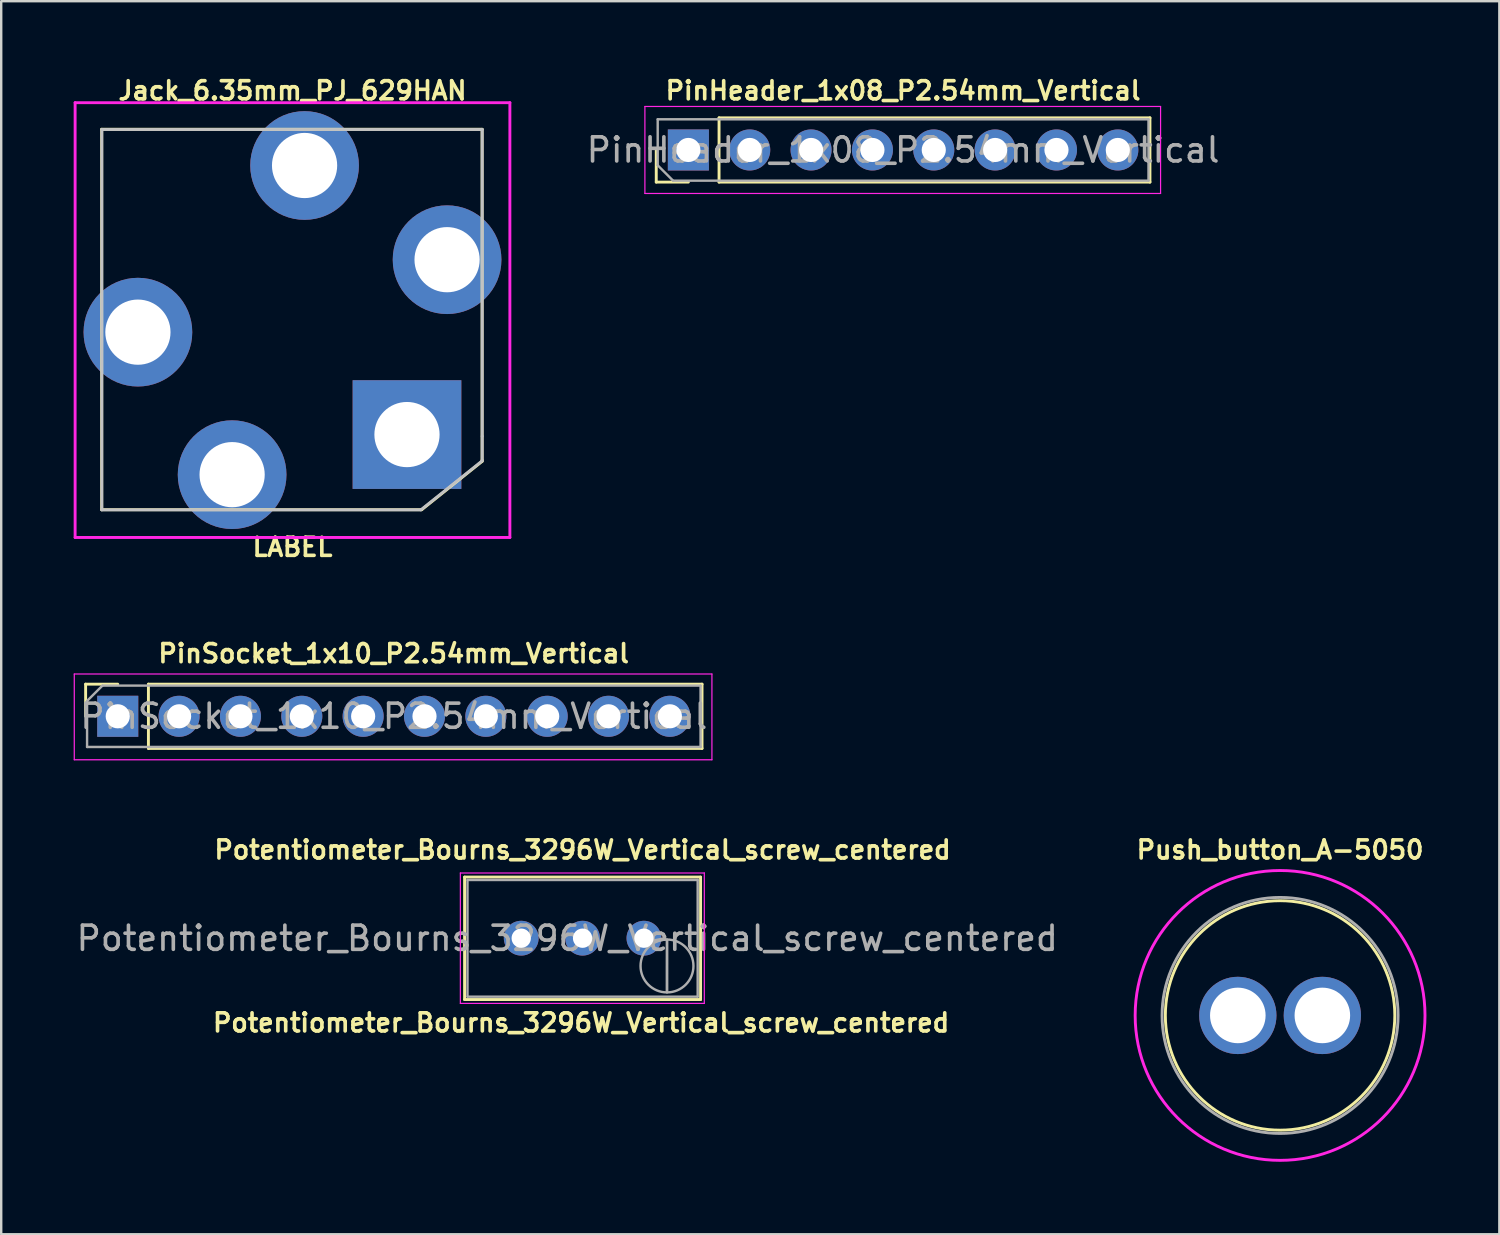
<source format=kicad_pcb>
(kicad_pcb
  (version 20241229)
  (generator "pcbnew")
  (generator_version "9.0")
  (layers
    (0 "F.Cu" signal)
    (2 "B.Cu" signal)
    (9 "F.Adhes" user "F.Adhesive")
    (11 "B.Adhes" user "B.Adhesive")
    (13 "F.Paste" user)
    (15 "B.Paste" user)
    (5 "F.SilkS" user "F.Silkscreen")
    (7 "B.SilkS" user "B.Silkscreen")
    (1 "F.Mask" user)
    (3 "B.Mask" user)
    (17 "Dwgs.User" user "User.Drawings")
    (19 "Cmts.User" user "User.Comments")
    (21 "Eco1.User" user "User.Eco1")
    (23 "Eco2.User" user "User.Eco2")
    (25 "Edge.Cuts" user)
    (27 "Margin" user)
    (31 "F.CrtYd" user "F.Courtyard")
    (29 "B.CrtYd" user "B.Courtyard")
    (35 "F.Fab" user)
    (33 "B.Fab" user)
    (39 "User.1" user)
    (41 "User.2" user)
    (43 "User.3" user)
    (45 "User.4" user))
  (footprint "PinHeader_1x08_P2.54mm_Vertical"
    (layer "F.Cu")
    (at 34.34 3.032)
    (property "Reference" "PinHeader_1x08_P2.54mm_Vertical" (at 0 -2.33 0) (layer "F.SilkS") (effects (font (size 0.75 0.75) (thickness 0.15))))
    (attr through_hole)
    (fp_line (start -10.22 1.457) (end -10.22 0.127) (stroke (width 0.12) (type solid)) (layer "F.SilkS"))
    (fp_line (start -8.89 1.457) (end -10.22 1.457) (stroke (width 0.12) (type solid)) (layer "F.SilkS"))
    (fp_line (start -7.62 -1.203) (end 10.22 -1.203) (stroke (width 0.12) (type solid)) (layer "F.SilkS"))
    (fp_line (start -7.62 1.457) (end -7.62 -1.203) (stroke (width 0.12) (type solid)) (layer "F.SilkS"))
    (fp_line (start -7.62 1.457) (end 10.22 1.457) (stroke (width 0.12) (type solid)) (layer "F.SilkS"))
    (fp_line (start 10.22 1.457) (end 10.22 -1.203) (stroke (width 0.12) (type solid)) (layer "F.SilkS"))
    (fp_line (start -10.69 -1.673) (end -10.69 1.927) (stroke (width 0.05) (type solid)) (layer "F.CrtYd"))
    (fp_line (start -10.69 1.927) (end 10.66 1.927) (stroke (width 0.05) (type solid)) (layer "F.CrtYd"))
    (fp_line (start 10.66 -1.673) (end -10.69 -1.673) (stroke (width 0.05) (type solid)) (layer "F.CrtYd"))
    (fp_line (start 10.66 1.927) (end 10.66 -1.673) (stroke (width 0.05) (type solid)) (layer "F.CrtYd"))
    (fp_line (start -10.16 -1.143) (end 10.16 -1.143) (stroke (width 0.1) (type solid)) (layer "F.Fab"))
    (fp_line (start -10.16 0.762) (end -10.16 -1.143) (stroke (width 0.1) (type solid)) (layer "F.Fab"))
    (fp_line (start -9.525 1.397) (end -10.16 0.762) (stroke (width 0.1) (type solid)) (layer "F.Fab"))
    (fp_line (start 10.16 -1.143) (end 10.16 1.397) (stroke (width 0.1) (type solid)) (layer "F.Fab"))
    (fp_line (start 10.16 1.397) (end -9.525 1.397) (stroke (width 0.1) (type solid)) (layer "F.Fab"))
    (fp_text user "${REFERENCE}" (at 0 0.127 180) (layer "F.Fab") (effects (font (size 1 1) (thickness 0.15))))
    (pad "1" thru_hole rect (at -8.89 0.127 90) (size 1.7 1.7) (drill 1) (layers "*.Cu" "*.Mask"))
    (pad "2" thru_hole oval (at -6.35 0.127 90) (size 1.7 1.7) (drill 1) (layers "*.Cu" "*.Mask"))
    (pad "3" thru_hole oval (at -3.81 0.127 90) (size 1.7 1.7) (drill 1) (layers "*.Cu" "*.Mask"))
    (pad "4" thru_hole oval (at -1.27 0.127 90) (size 1.7 1.7) (drill 1) (layers "*.Cu" "*.Mask"))
    (pad "5" thru_hole oval (at 1.27 0.127 90) (size 1.7 1.7) (drill 1) (layers "*.Cu" "*.Mask"))
    (pad "6" thru_hole oval (at 3.81 0.127 90) (size 1.7 1.7) (drill 1) (layers "*.Cu" "*.Mask"))
    (pad "7" thru_hole oval (at 6.35 0.127 90) (size 1.7 1.7) (drill 1) (layers "*.Cu" "*.Mask"))
    (pad "8" thru_hole oval (at 8.89 0.127 90) (size 1.7 1.7) (drill 1) (layers "*.Cu" "*.Mask")))
  (footprint "Potentiometer_Bourns_3296W_Vertical_screw_centered"
    (layer "F.Cu")
    (at 24.57 36.943)
    (property "Reference" "Potentiometer_Bourns_3296W_Vertical_screw_centered" (at -3.5 -4.81 0) (layer "F.SilkS") (effects (font (size 0.75 0.75) (thickness 0.15))))
    (property "Value" "Potentiometer_Bourns_3296W_Vertical_screw_centered" (at -3.5 2.52 0) (layer "F.Fab") (hide yes) (effects (font (size 1 1) (thickness 0.15))))
    (attr through_hole)
    (fp_line (start -8.385 -3.68) (end -8.385 1.39) (stroke (width 0.12) (type solid)) (layer "F.SilkS"))
    (fp_line (start -8.385 -3.68) (end 1.385 -3.68) (stroke (width 0.12) (type solid)) (layer "F.SilkS"))
    (fp_line (start -8.385 1.39) (end 1.385 1.39) (stroke (width 0.12) (type solid)) (layer "F.SilkS"))
    (fp_line (start 1.385 -3.68) (end 1.385 1.39) (stroke (width 0.12) (type solid)) (layer "F.SilkS"))
    (fp_line (start -8.56 -3.85) (end -8.56 1.55) (stroke (width 0.05) (type solid)) (layer "F.CrtYd"))
    (fp_line (start -8.56 1.55) (end 1.54 1.55) (stroke (width 0.05) (type solid)) (layer "F.CrtYd"))
    (fp_line (start 1.54 -3.85) (end -8.56 -3.85) (stroke (width 0.05) (type solid)) (layer "F.CrtYd"))
    (fp_line (start 1.54 1.55) (end 1.54 -3.85) (stroke (width 0.05) (type solid)) (layer "F.CrtYd"))
    (fp_line (start -8.265 -3.56) (end -8.265 1.27) (stroke (width 0.1) (type solid)) (layer "F.Fab"))
    (fp_line (start -8.265 1.27) (end 1.265 1.27) (stroke (width 0.1) (type solid)) (layer "F.Fab"))
    (fp_line (start -0.005 1.085) (end -0.004 -1.084) (stroke (width 0.1) (type solid)) (layer "F.Fab"))
    (fp_line (start -0.005 1.085) (end -0.004 -1.084) (stroke (width 0.1) (type solid)) (layer "F.Fab"))
    (fp_line (start 1.265 -3.56) (end -8.265 -3.56) (stroke (width 0.1) (type solid)) (layer "F.Fab"))
    (fp_line (start 1.265 1.27) (end 1.265 -3.56) (stroke (width 0.1) (type solid)) (layer "F.Fab"))
    (fp_circle (center -0.005 0) (end 1.09 0) (stroke (width 0.1) (type solid)) (fill no) (layer "F.Fab"))
    (fp_text user "${VALUE}" (at -3.56 2.35 0) (layer "F.SilkS") (effects (font (size 0.75 0.75) (thickness 0.15))))
    (fp_text user "${REFERENCE}" (at -4.135 -1.145 0) (layer "F.Fab") (effects (font (size 1 1) (thickness 0.15))))
    (pad "1" thru_hole circle (at -0.96 -1.15) (size 1.44 1.44) (drill 0.8) (layers "*.Cu" "*.Mask"))
    (pad "2" thru_hole circle (at -3.5 -1.15) (size 1.44 1.44) (drill 0.8) (layers "*.Cu" "*.Mask"))
    (pad "3" thru_hole circle (at -6.04 -1.15) (size 1.44 1.44) (drill 0.8) (layers "*.Cu" "*.Mask")))
  (footprint "Jack_6.35mm_PJ_629HAN"
    (layer "F.Cu")
    (at 9.06 10.202)
    (property "Reference" "Jack_6.35mm_PJ_629HAN" (at 0 -9.5 0) (layer "F.SilkS") (effects (font (size 0.75 0.75) (thickness 0.15))))
    (attr through_hole)
    (fp_line (start -7.9 -7.9) (end 7.85 -7.9) (stroke (width 0.12) (type solid)) (layer "F.SilkS"))
    (fp_line (start -7.9 7.85) (end -7.9 -7.9) (stroke (width 0.12) (type solid)) (layer "F.SilkS"))
    (fp_line (start 5.35 7.85) (end -7.9 7.85) (stroke (width 0.12) (type solid)) (layer "F.SilkS"))
    (fp_line (start 7.85 -7.9) (end 7.85 5.8) (stroke (width 0.12) (type solid)) (layer "F.SilkS"))
    (fp_line (start 7.85 5.8) (end 7.85 5.85) (stroke (width 0.12) (type solid)) (layer "F.SilkS"))
    (fp_line (start 7.85 5.85) (end 5.35 7.85) (stroke (width 0.12) (type solid)) (layer "F.SilkS"))
    (fp_line (start -7.894 -7.89) (end 7.854 -7.89) (stroke (width 0.12) (type solid)) (layer "Dwgs.User"))
    (fp_line (start -7.894 7.858) (end -7.894 -7.89) (stroke (width 0.12) (type solid)) (layer "Dwgs.User"))
    (fp_line (start 5.314 7.858) (end -7.894 7.858) (stroke (width 0.12) (type solid)) (layer "Dwgs.User"))
    (fp_line (start 7.854 -7.89) (end 7.854 4.81) (stroke (width 0.12) (type solid)) (layer "Dwgs.User"))
    (fp_line (start 7.854 4.81) (end 7.854 5.826) (stroke (width 0.12) (type solid)) (layer "Dwgs.User"))
    (fp_line (start 7.854 5.826) (end 5.314 7.858) (stroke (width 0.12) (type solid)) (layer "Dwgs.User"))
    (fp_line (start -9 -9) (end 9 -9) (stroke (width 0.12) (type solid)) (layer "F.CrtYd"))
    (fp_line (start -9 9) (end -9 -9) (stroke (width 0.12) (type solid)) (layer "F.CrtYd"))
    (fp_line (start 9 -9) (end 9 9) (stroke (width 0.12) (type solid)) (layer "F.CrtYd"))
    (fp_line (start 9 9) (end -9 9) (stroke (width 0.12) (type solid)) (layer "F.CrtYd"))
    (fp_text user "LABEL" (at 0 9.4 0) (layer "F.SilkS") (effects (font (size 0.75 0.75) (thickness 0.15))))
    (pad "R" thru_hole circle (at 0.5 -6.4) (size 4.5 4.5) (drill 2.7) (layers "*.Cu" "*.Mask"))
    (pad "RN" thru_hole circle (at 6.4 -2.5) (size 4.5 4.5) (drill 2.7) (layers "*.Cu" "*.Mask"))
    (pad "S" thru_hole rect (at 4.74 4.74) (size 4.5 4.5) (drill 2.7) (layers "*.Cu" "*.Mask"))
    (pad "T" thru_hole circle (at -6.4 0.5) (size 4.5 4.5) (drill 2.7) (layers "*.Cu" "*.Mask"))
    (pad "TN" thru_hole circle (at -2.5 6.4) (size 4.5 4.5) (drill 2.7) (layers "*.Cu" "*.Mask")))
  (footprint "Push_button_A-5050"
    (layer "F.Cu")
    (at 49.948 38.991)
    (property "Reference" "Push_button_A-5050" (at 0 -6.858 0) (layer "F.SilkS") (effects (font (size 0.75 0.75) (thickness 0.15))))
    (attr through_hole)
    (fp_circle (center 0 0) (end 4.75 0) (stroke (width 0.12) (type solid)) (fill no) (layer "F.SilkS"))
    (fp_circle (center 0 0) (end 6 0) (stroke (width 0.12) (type solid)) (fill no) (layer "F.CrtYd"))
    (fp_circle (center 0 0) (end 4.318 -2.286) (stroke (width 0.12) (type solid)) (fill no) (layer "F.Fab"))
    (pad "1" thru_hole circle (at -1.75 0) (size 3.2 3.2) (drill 2.3) (layers "*.Cu" "*.Mask"))
    (pad "2" thru_hole circle (at 1.75 0) (size 3.2 3.2) (drill 2.3) (layers "*.Cu" "*.Mask")))
  (footprint "PinSocket_1x10_P2.54mm_Vertical"
    (layer "F.Cu")
    (at 13.25 26.606)
    (property "Reference" "PinSocket_1x10_P2.54mm_Vertical" (at 0 -2.6 180) (layer "F.SilkS") (effects (font (size 0.75 0.75) (thickness 0.15))))
    (attr through_hole)
    (fp_line (start -12.755 -1.33) (end -11.425 -1.33) (stroke (width 0.12) (type solid)) (layer "F.SilkS"))
    (fp_line (start -12.755 0) (end -12.755 -1.33) (stroke (width 0.12) (type solid)) (layer "F.SilkS"))
    (fp_line (start -10.155 -1.33) (end 12.765 -1.33) (stroke (width 0.12) (type solid)) (layer "F.SilkS"))
    (fp_line (start -10.155 1.33) (end -10.155 -1.33) (stroke (width 0.12) (type solid)) (layer "F.SilkS"))
    (fp_line (start -10.155 1.33) (end 12.765 1.33) (stroke (width 0.12) (type solid)) (layer "F.SilkS"))
    (fp_line (start 12.765 1.33) (end 12.765 -1.33) (stroke (width 0.12) (type solid)) (layer "F.SilkS"))
    (fp_line (start -13.225 -1.75) (end 13.175 -1.75) (stroke (width 0.05) (type solid)) (layer "F.CrtYd"))
    (fp_line (start -13.225 1.8) (end -13.225 -1.75) (stroke (width 0.05) (type solid)) (layer "F.CrtYd"))
    (fp_line (start 13.175 -1.75) (end 13.175 1.8) (stroke (width 0.05) (type solid)) (layer "F.CrtYd"))
    (fp_line (start 13.175 1.8) (end -13.225 1.8) (stroke (width 0.05) (type solid)) (layer "F.CrtYd"))
    (fp_line (start -12.695 -0.635) (end -12.06 -1.27) (stroke (width 0.1) (type solid)) (layer "F.Fab"))
    (fp_line (start -12.695 1.27) (end -12.695 -0.635) (stroke (width 0.1) (type solid)) (layer "F.Fab"))
    (fp_line (start -12.06 -1.27) (end 12.705 -1.27) (stroke (width 0.1) (type solid)) (layer "F.Fab"))
    (fp_line (start 12.705 -1.27) (end 12.705 1.27) (stroke (width 0.1) (type solid)) (layer "F.Fab"))
    (fp_line (start 12.705 1.27) (end -12.695 1.27) (stroke (width 0.1) (type solid)) (layer "F.Fab"))
    (fp_text user "${REFERENCE}" (at 0.005 0 180) (layer "F.Fab") (effects (font (size 1 1) (thickness 0.15))))
    (pad "1" thru_hole rect (at -11.425 0 90) (size 1.7 1.7) (drill 1) (layers "*.Cu" "*.Mask"))
    (pad "2" thru_hole oval (at -8.885 0 90) (size 1.7 1.7) (drill 1) (layers "*.Cu" "*.Mask"))
    (pad "3" thru_hole oval (at -6.345 0 90) (size 1.7 1.7) (drill 1) (layers "*.Cu" "*.Mask"))
    (pad "4" thru_hole oval (at -3.805 0 90) (size 1.7 1.7) (drill 1) (layers "*.Cu" "*.Mask"))
    (pad "5" thru_hole oval (at -1.265 0 90) (size 1.7 1.7) (drill 1) (layers "*.Cu" "*.Mask"))
    (pad "6" thru_hole oval (at 1.275 0 90) (size 1.7 1.7) (drill 1) (layers "*.Cu" "*.Mask"))
    (pad "7" thru_hole oval (at 3.815 0 90) (size 1.7 1.7) (drill 1) (layers "*.Cu" "*.Mask"))
    (pad "8" thru_hole oval (at 6.355 0 90) (size 1.7 1.7) (drill 1) (layers "*.Cu" "*.Mask"))
    (pad "9" thru_hole oval (at 8.895 0 90) (size 1.7 1.7) (drill 1) (layers "*.Cu" "*.Mask"))
    (pad "10" thru_hole oval (at 11.435 0 90) (size 1.7 1.7) (drill 1) (layers "*.Cu" "*.Mask")))
  (gr_rect
    (start -3 -3)
    (end 59.026 48.051)
    (stroke (width 0.1) (type default))
    (fill no)
    (layer "Edge.Cuts")))
</source>
